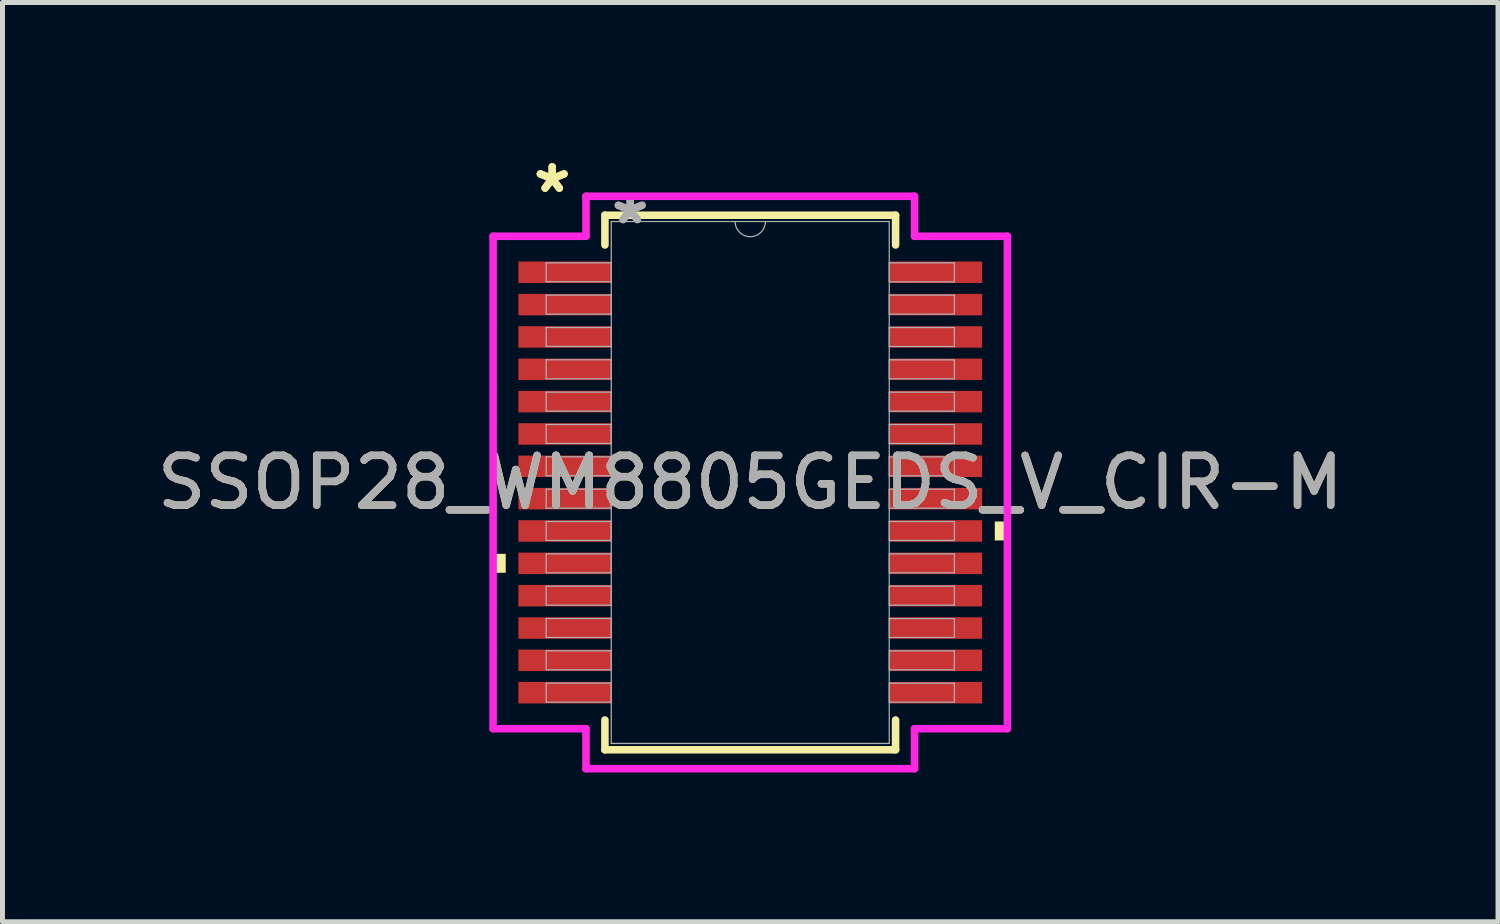
<source format=kicad_pcb>
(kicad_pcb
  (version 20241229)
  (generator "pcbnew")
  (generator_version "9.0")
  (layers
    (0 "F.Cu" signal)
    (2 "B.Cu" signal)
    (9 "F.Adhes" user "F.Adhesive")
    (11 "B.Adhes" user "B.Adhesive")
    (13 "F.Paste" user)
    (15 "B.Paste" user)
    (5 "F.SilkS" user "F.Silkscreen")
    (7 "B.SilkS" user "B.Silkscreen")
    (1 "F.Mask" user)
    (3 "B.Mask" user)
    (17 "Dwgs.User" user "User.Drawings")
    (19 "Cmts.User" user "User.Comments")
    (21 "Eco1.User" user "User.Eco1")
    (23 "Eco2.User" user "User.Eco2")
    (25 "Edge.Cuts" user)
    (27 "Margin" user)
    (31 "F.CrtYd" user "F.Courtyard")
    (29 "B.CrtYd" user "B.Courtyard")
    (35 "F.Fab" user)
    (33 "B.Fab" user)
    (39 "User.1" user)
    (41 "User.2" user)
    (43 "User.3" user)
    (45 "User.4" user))
  (footprint "SSOP28_WM8805GEDS_V_CIR-M"
    (layer "F.Cu")
    (at 12.03 6.648)
    (property "Reference" "SSOP28_WM8805GEDS_V_CIR-M" (at 0 0 0) (unlocked yes) (layer "F.SilkS") (effects (font (size 1 1) (thickness 0.15))))
    (attr smd)
    (fp_line (start -2.921 -5.372) (end -2.921 -4.774) (stroke (width 0.152) (type solid)) (layer "F.SilkS"))
    (fp_line (start -2.921 4.774) (end -2.921 5.372) (stroke (width 0.152) (type solid)) (layer "F.SilkS"))
    (fp_line (start -2.921 5.372) (end 2.921 5.372) (stroke (width 0.152) (type solid)) (layer "F.SilkS"))
    (fp_line (start 2.921 -5.372) (end -2.921 -5.372) (stroke (width 0.152) (type solid)) (layer "F.SilkS"))
    (fp_line (start 2.921 -4.774) (end 2.921 -5.372) (stroke (width 0.152) (type solid)) (layer "F.SilkS"))
    (fp_line (start 2.921 5.372) (end 2.921 4.774) (stroke (width 0.152) (type solid)) (layer "F.SilkS"))
    (fp_poly (pts (xy -5.169 1.434) (xy -5.169 1.815) (xy -4.915 1.815) (xy -4.915 1.434)) (stroke (width 0) (type solid)) (fill yes) (layer "F.SilkS"))
    (fp_poly (pts (xy 5.169 0.784) (xy 5.169 1.165) (xy 4.915 1.165) (xy 4.915 0.784)) (stroke (width 0) (type solid)) (fill yes) (layer "F.SilkS"))
    (fp_line (start -5.169 -4.949) (end -3.302 -4.949) (stroke (width 0.152) (type solid)) (layer "F.CrtYd"))
    (fp_line (start -5.169 4.949) (end -5.169 -4.949) (stroke (width 0.152) (type solid)) (layer "F.CrtYd"))
    (fp_line (start -5.169 4.949) (end -3.302 4.949) (stroke (width 0.152) (type solid)) (layer "F.CrtYd"))
    (fp_line (start -3.302 -5.753) (end 3.302 -5.753) (stroke (width 0.152) (type solid)) (layer "F.CrtYd"))
    (fp_line (start -3.302 -4.949) (end -3.302 -5.753) (stroke (width 0.152) (type solid)) (layer "F.CrtYd"))
    (fp_line (start -3.302 5.753) (end -3.302 4.949) (stroke (width 0.152) (type solid)) (layer "F.CrtYd"))
    (fp_line (start 3.302 -5.753) (end 3.302 -4.949) (stroke (width 0.152) (type solid)) (layer "F.CrtYd"))
    (fp_line (start 3.302 4.949) (end 3.302 5.753) (stroke (width 0.152) (type solid)) (layer "F.CrtYd"))
    (fp_line (start 3.302 5.753) (end -3.302 5.753) (stroke (width 0.152) (type solid)) (layer "F.CrtYd"))
    (fp_line (start 5.169 -4.949) (end 3.302 -4.949) (stroke (width 0.152) (type solid)) (layer "F.CrtYd"))
    (fp_line (start 5.169 -4.949) (end 5.169 4.949) (stroke (width 0.152) (type solid)) (layer "F.CrtYd"))
    (fp_line (start 5.169 4.949) (end 3.302 4.949) (stroke (width 0.152) (type solid)) (layer "F.CrtYd"))
    (fp_line (start -4.102 -4.415) (end -4.102 -4.035) (stroke (width 0.025) (type solid)) (layer "F.Fab"))
    (fp_line (start -4.102 -4.035) (end -2.794 -4.035) (stroke (width 0.025) (type solid)) (layer "F.Fab"))
    (fp_line (start -4.102 -3.765) (end -4.102 -3.385) (stroke (width 0.025) (type solid)) (layer "F.Fab"))
    (fp_line (start -4.102 -3.385) (end -2.794 -3.385) (stroke (width 0.025) (type solid)) (layer "F.Fab"))
    (fp_line (start -4.102 -3.115) (end -4.102 -2.735) (stroke (width 0.025) (type solid)) (layer "F.Fab"))
    (fp_line (start -4.102 -2.735) (end -2.794 -2.735) (stroke (width 0.025) (type solid)) (layer "F.Fab"))
    (fp_line (start -4.102 -2.466) (end -4.102 -2.084) (stroke (width 0.025) (type solid)) (layer "F.Fab"))
    (fp_line (start -4.102 -2.084) (end -2.794 -2.084) (stroke (width 0.025) (type solid)) (layer "F.Fab"))
    (fp_line (start -4.102 -1.816) (end -4.102 -1.435) (stroke (width 0.025) (type solid)) (layer "F.Fab"))
    (fp_line (start -4.102 -1.435) (end -2.794 -1.435) (stroke (width 0.025) (type solid)) (layer "F.Fab"))
    (fp_line (start -4.102 -1.166) (end -4.102 -0.785) (stroke (width 0.025) (type solid)) (layer "F.Fab"))
    (fp_line (start -4.102 -0.785) (end -2.794 -0.785) (stroke (width 0.025) (type solid)) (layer "F.Fab"))
    (fp_line (start -4.102 -0.516) (end -4.102 -0.135) (stroke (width 0.025) (type solid)) (layer "F.Fab"))
    (fp_line (start -4.102 -0.135) (end -2.794 -0.135) (stroke (width 0.025) (type solid)) (layer "F.Fab"))
    (fp_line (start -4.102 0.134) (end -4.102 0.515) (stroke (width 0.025) (type solid)) (layer "F.Fab"))
    (fp_line (start -4.102 0.515) (end -2.794 0.515) (stroke (width 0.025) (type solid)) (layer "F.Fab"))
    (fp_line (start -4.102 0.784) (end -4.102 1.165) (stroke (width 0.025) (type solid)) (layer "F.Fab"))
    (fp_line (start -4.102 1.165) (end -2.794 1.165) (stroke (width 0.025) (type solid)) (layer "F.Fab"))
    (fp_line (start -4.102 1.434) (end -4.102 1.815) (stroke (width 0.025) (type solid)) (layer "F.Fab"))
    (fp_line (start -4.102 1.815) (end -2.794 1.815) (stroke (width 0.025) (type solid)) (layer "F.Fab"))
    (fp_line (start -4.102 2.084) (end -4.102 2.465) (stroke (width 0.025) (type solid)) (layer "F.Fab"))
    (fp_line (start -4.102 2.465) (end -2.794 2.465) (stroke (width 0.025) (type solid)) (layer "F.Fab"))
    (fp_line (start -4.102 2.734) (end -4.102 3.115) (stroke (width 0.025) (type solid)) (layer "F.Fab"))
    (fp_line (start -4.102 3.115) (end -2.794 3.115) (stroke (width 0.025) (type solid)) (layer "F.Fab"))
    (fp_line (start -4.102 3.384) (end -4.102 3.765) (stroke (width 0.025) (type solid)) (layer "F.Fab"))
    (fp_line (start -4.102 3.765) (end -2.794 3.765) (stroke (width 0.025) (type solid)) (layer "F.Fab"))
    (fp_line (start -4.102 4.034) (end -4.102 4.415) (stroke (width 0.025) (type solid)) (layer "F.Fab"))
    (fp_line (start -4.102 4.415) (end -2.794 4.415) (stroke (width 0.025) (type solid)) (layer "F.Fab"))
    (fp_line (start -2.794 -5.245) (end -2.794 5.245) (stroke (width 0.025) (type solid)) (layer "F.Fab"))
    (fp_line (start -2.794 -4.415) (end -4.102 -4.415) (stroke (width 0.025) (type solid)) (layer "F.Fab"))
    (fp_line (start -2.794 -4.035) (end -2.794 -4.415) (stroke (width 0.025) (type solid)) (layer "F.Fab"))
    (fp_line (start -2.794 -3.765) (end -4.102 -3.765) (stroke (width 0.025) (type solid)) (layer "F.Fab"))
    (fp_line (start -2.794 -3.385) (end -2.794 -3.765) (stroke (width 0.025) (type solid)) (layer "F.Fab"))
    (fp_line (start -2.794 -3.115) (end -4.102 -3.115) (stroke (width 0.025) (type solid)) (layer "F.Fab"))
    (fp_line (start -2.794 -2.735) (end -2.794 -3.115) (stroke (width 0.025) (type solid)) (layer "F.Fab"))
    (fp_line (start -2.794 -2.466) (end -4.102 -2.466) (stroke (width 0.025) (type solid)) (layer "F.Fab"))
    (fp_line (start -2.794 -2.084) (end -2.794 -2.466) (stroke (width 0.025) (type solid)) (layer "F.Fab"))
    (fp_line (start -2.794 -1.816) (end -4.102 -1.816) (stroke (width 0.025) (type solid)) (layer "F.Fab"))
    (fp_line (start -2.794 -1.435) (end -2.794 -1.816) (stroke (width 0.025) (type solid)) (layer "F.Fab"))
    (fp_line (start -2.794 -1.166) (end -4.102 -1.166) (stroke (width 0.025) (type solid)) (layer "F.Fab"))
    (fp_line (start -2.794 -0.785) (end -2.794 -1.166) (stroke (width 0.025) (type solid)) (layer "F.Fab"))
    (fp_line (start -2.794 -0.516) (end -4.102 -0.516) (stroke (width 0.025) (type solid)) (layer "F.Fab"))
    (fp_line (start -2.794 -0.135) (end -2.794 -0.516) (stroke (width 0.025) (type solid)) (layer "F.Fab"))
    (fp_line (start -2.794 0.134) (end -4.102 0.134) (stroke (width 0.025) (type solid)) (layer "F.Fab"))
    (fp_line (start -2.794 0.515) (end -2.794 0.134) (stroke (width 0.025) (type solid)) (layer "F.Fab"))
    (fp_line (start -2.794 0.784) (end -4.102 0.784) (stroke (width 0.025) (type solid)) (layer "F.Fab"))
    (fp_line (start -2.794 1.165) (end -2.794 0.784) (stroke (width 0.025) (type solid)) (layer "F.Fab"))
    (fp_line (start -2.794 1.434) (end -4.102 1.434) (stroke (width 0.025) (type solid)) (layer "F.Fab"))
    (fp_line (start -2.794 1.815) (end -2.794 1.434) (stroke (width 0.025) (type solid)) (layer "F.Fab"))
    (fp_line (start -2.794 2.084) (end -4.102 2.084) (stroke (width 0.025) (type solid)) (layer "F.Fab"))
    (fp_line (start -2.794 2.465) (end -2.794 2.084) (stroke (width 0.025) (type solid)) (layer "F.Fab"))
    (fp_line (start -2.794 2.734) (end -4.102 2.734) (stroke (width 0.025) (type solid)) (layer "F.Fab"))
    (fp_line (start -2.794 3.115) (end -2.794 2.734) (stroke (width 0.025) (type solid)) (layer "F.Fab"))
    (fp_line (start -2.794 3.384) (end -4.102 3.384) (stroke (width 0.025) (type solid)) (layer "F.Fab"))
    (fp_line (start -2.794 3.765) (end -2.794 3.384) (stroke (width 0.025) (type solid)) (layer "F.Fab"))
    (fp_line (start -2.794 4.034) (end -4.102 4.034) (stroke (width 0.025) (type solid)) (layer "F.Fab"))
    (fp_line (start -2.794 4.415) (end -2.794 4.034) (stroke (width 0.025) (type solid)) (layer "F.Fab"))
    (fp_line (start -2.794 5.245) (end 2.794 5.245) (stroke (width 0.025) (type solid)) (layer "F.Fab"))
    (fp_line (start 2.794 -5.245) (end -2.794 -5.245) (stroke (width 0.025) (type solid)) (layer "F.Fab"))
    (fp_line (start 2.794 -4.415) (end 2.794 -4.034) (stroke (width 0.025) (type solid)) (layer "F.Fab"))
    (fp_line (start 2.794 -4.034) (end 4.102 -4.034) (stroke (width 0.025) (type solid)) (layer "F.Fab"))
    (fp_line (start 2.794 -3.765) (end 2.794 -3.384) (stroke (width 0.025) (type solid)) (layer "F.Fab"))
    (fp_line (start 2.794 -3.384) (end 4.102 -3.384) (stroke (width 0.025) (type solid)) (layer "F.Fab"))
    (fp_line (start 2.794 -3.115) (end 2.794 -2.734) (stroke (width 0.025) (type solid)) (layer "F.Fab"))
    (fp_line (start 2.794 -2.734) (end 4.102 -2.734) (stroke (width 0.025) (type solid)) (layer "F.Fab"))
    (fp_line (start 2.794 -2.465) (end 2.794 -2.084) (stroke (width 0.025) (type solid)) (layer "F.Fab"))
    (fp_line (start 2.794 -2.084) (end 4.102 -2.084) (stroke (width 0.025) (type solid)) (layer "F.Fab"))
    (fp_line (start 2.794 -1.815) (end 2.794 -1.434) (stroke (width 0.025) (type solid)) (layer "F.Fab"))
    (fp_line (start 2.794 -1.434) (end 4.102 -1.434) (stroke (width 0.025) (type solid)) (layer "F.Fab"))
    (fp_line (start 2.794 -1.165) (end 2.794 -0.784) (stroke (width 0.025) (type solid)) (layer "F.Fab"))
    (fp_line (start 2.794 -0.784) (end 4.102 -0.784) (stroke (width 0.025) (type solid)) (layer "F.Fab"))
    (fp_line (start 2.794 -0.515) (end 2.794 -0.134) (stroke (width 0.025) (type solid)) (layer "F.Fab"))
    (fp_line (start 2.794 -0.134) (end 4.102 -0.134) (stroke (width 0.025) (type solid)) (layer "F.Fab"))
    (fp_line (start 2.794 0.135) (end 2.794 0.516) (stroke (width 0.025) (type solid)) (layer "F.Fab"))
    (fp_line (start 2.794 0.516) (end 4.102 0.516) (stroke (width 0.025) (type solid)) (layer "F.Fab"))
    (fp_line (start 2.794 0.784) (end 2.794 1.165) (stroke (width 0.025) (type solid)) (layer "F.Fab"))
    (fp_line (start 2.794 1.165) (end 4.102 1.165) (stroke (width 0.025) (type solid)) (layer "F.Fab"))
    (fp_line (start 2.794 1.435) (end 2.794 1.815) (stroke (width 0.025) (type solid)) (layer "F.Fab"))
    (fp_line (start 2.794 1.815) (end 4.102 1.815) (stroke (width 0.025) (type solid)) (layer "F.Fab"))
    (fp_line (start 2.794 2.084) (end 2.794 2.466) (stroke (width 0.025) (type solid)) (layer "F.Fab"))
    (fp_line (start 2.794 2.466) (end 4.102 2.466) (stroke (width 0.025) (type solid)) (layer "F.Fab"))
    (fp_line (start 2.794 2.735) (end 2.794 3.115) (stroke (width 0.025) (type solid)) (layer "F.Fab"))
    (fp_line (start 2.794 3.115) (end 4.102 3.115) (stroke (width 0.025) (type solid)) (layer "F.Fab"))
    (fp_line (start 2.794 3.385) (end 2.794 3.765) (stroke (width 0.025) (type solid)) (layer "F.Fab"))
    (fp_line (start 2.794 3.765) (end 4.102 3.765) (stroke (width 0.025) (type solid)) (layer "F.Fab"))
    (fp_line (start 2.794 4.035) (end 2.794 4.415) (stroke (width 0.025) (type solid)) (layer "F.Fab"))
    (fp_line (start 2.794 4.415) (end 4.102 4.415) (stroke (width 0.025) (type solid)) (layer "F.Fab"))
    (fp_line (start 2.794 5.245) (end 2.794 -5.245) (stroke (width 0.025) (type solid)) (layer "F.Fab"))
    (fp_line (start 4.102 -4.415) (end 2.794 -4.415) (stroke (width 0.025) (type solid)) (layer "F.Fab"))
    (fp_line (start 4.102 -4.034) (end 4.102 -4.415) (stroke (width 0.025) (type solid)) (layer "F.Fab"))
    (fp_line (start 4.102 -3.765) (end 2.794 -3.765) (stroke (width 0.025) (type solid)) (layer "F.Fab"))
    (fp_line (start 4.102 -3.384) (end 4.102 -3.765) (stroke (width 0.025) (type solid)) (layer "F.Fab"))
    (fp_line (start 4.102 -3.115) (end 2.794 -3.115) (stroke (width 0.025) (type solid)) (layer "F.Fab"))
    (fp_line (start 4.102 -2.734) (end 4.102 -3.115) (stroke (width 0.025) (type solid)) (layer "F.Fab"))
    (fp_line (start 4.102 -2.465) (end 2.794 -2.465) (stroke (width 0.025) (type solid)) (layer "F.Fab"))
    (fp_line (start 4.102 -2.084) (end 4.102 -2.465) (stroke (width 0.025) (type solid)) (layer "F.Fab"))
    (fp_line (start 4.102 -1.815) (end 2.794 -1.815) (stroke (width 0.025) (type solid)) (layer "F.Fab"))
    (fp_line (start 4.102 -1.434) (end 4.102 -1.815) (stroke (width 0.025) (type solid)) (layer "F.Fab"))
    (fp_line (start 4.102 -1.165) (end 2.794 -1.165) (stroke (width 0.025) (type solid)) (layer "F.Fab"))
    (fp_line (start 4.102 -0.784) (end 4.102 -1.165) (stroke (width 0.025) (type solid)) (layer "F.Fab"))
    (fp_line (start 4.102 -0.515) (end 2.794 -0.515) (stroke (width 0.025) (type solid)) (layer "F.Fab"))
    (fp_line (start 4.102 -0.134) (end 4.102 -0.515) (stroke (width 0.025) (type solid)) (layer "F.Fab"))
    (fp_line (start 4.102 0.135) (end 2.794 0.135) (stroke (width 0.025) (type solid)) (layer "F.Fab"))
    (fp_line (start 4.102 0.516) (end 4.102 0.135) (stroke (width 0.025) (type solid)) (layer "F.Fab"))
    (fp_line (start 4.102 0.784) (end 2.794 0.784) (stroke (width 0.025) (type solid)) (layer "F.Fab"))
    (fp_line (start 4.102 1.165) (end 4.102 0.784) (stroke (width 0.025) (type solid)) (layer "F.Fab"))
    (fp_line (start 4.102 1.435) (end 2.794 1.435) (stroke (width 0.025) (type solid)) (layer "F.Fab"))
    (fp_line (start 4.102 1.815) (end 4.102 1.435) (stroke (width 0.025) (type solid)) (layer "F.Fab"))
    (fp_line (start 4.102 2.084) (end 2.794 2.084) (stroke (width 0.025) (type solid)) (layer "F.Fab"))
    (fp_line (start 4.102 2.466) (end 4.102 2.084) (stroke (width 0.025) (type solid)) (layer "F.Fab"))
    (fp_line (start 4.102 2.735) (end 2.794 2.735) (stroke (width 0.025) (type solid)) (layer "F.Fab"))
    (fp_line (start 4.102 3.115) (end 4.102 2.735) (stroke (width 0.025) (type solid)) (layer "F.Fab"))
    (fp_line (start 4.102 3.385) (end 2.794 3.385) (stroke (width 0.025) (type solid)) (layer "F.Fab"))
    (fp_line (start 4.102 3.765) (end 4.102 3.385) (stroke (width 0.025) (type solid)) (layer "F.Fab"))
    (fp_line (start 4.102 4.035) (end 2.794 4.035) (stroke (width 0.025) (type solid)) (layer "F.Fab"))
    (fp_line (start 4.102 4.415) (end 4.102 4.035) (stroke (width 0.025) (type solid)) (layer "F.Fab"))
    (fp_arc (start 0.3048 -5.2451) (mid 0 -4.9403) (end -0.3048 -5.2451) (stroke (width 0.0254) (type solid)) (layer "F.Fab"))
    (fp_text user "*" (at -3.981 -5.8 0) (layer "F.SilkS") (effects (font (size 1 1) (thickness 0.15))))
    (fp_text user "*" (at -3.981 -5.8 0) (unlocked yes) (layer "F.SilkS") (effects (font (size 1 1) (thickness 0.15))))
    (fp_text user "*" (at -2.413 -5.169 0) (layer "F.Fab") (effects (font (size 1 1) (thickness 0.15))))
    (fp_text user "*" (at -2.413 -5.169 0) (unlocked yes) (layer "F.Fab") (effects (font (size 1 1) (thickness 0.15))))
    (fp_text user "${REFERENCE}" (at 0 0 0) (unlocked yes) (layer "F.Fab") (effects (font (size 1 1) (thickness 0.15))))
    (pad "1" smd rect (at -3.727 -4.225) (size 1.867 0.432) (layers "F.Cu" "F.Mask" "F.Paste"))
    (pad "2" smd rect (at -3.727 -3.575) (size 1.867 0.432) (layers "F.Cu" "F.Mask" "F.Paste"))
    (pad "3" smd rect (at -3.727 -2.925) (size 1.867 0.432) (layers "F.Cu" "F.Mask" "F.Paste"))
    (pad "4" smd rect (at -3.727 -2.275) (size 1.867 0.432) (layers "F.Cu" "F.Mask" "F.Paste"))
    (pad "5" smd rect (at -3.727 -1.625) (size 1.867 0.432) (layers "F.Cu" "F.Mask" "F.Paste"))
    (pad "6" smd rect (at -3.727 -0.975) (size 1.867 0.432) (layers "F.Cu" "F.Mask" "F.Paste"))
    (pad "7" smd rect (at -3.727 -0.325) (size 1.867 0.432) (layers "F.Cu" "F.Mask" "F.Paste"))
    (pad "8" smd rect (at -3.727 0.325) (size 1.867 0.432) (layers "F.Cu" "F.Mask" "F.Paste"))
    (pad "9" smd rect (at -3.727 0.975) (size 1.867 0.432) (layers "F.Cu" "F.Mask" "F.Paste"))
    (pad "10" smd rect (at -3.727 1.625) (size 1.867 0.432) (layers "F.Cu" "F.Mask" "F.Paste"))
    (pad "11" smd rect (at -3.727 2.275) (size 1.867 0.432) (layers "F.Cu" "F.Mask" "F.Paste"))
    (pad "12" smd rect (at -3.727 2.925) (size 1.867 0.432) (layers "F.Cu" "F.Mask" "F.Paste"))
    (pad "13" smd rect (at -3.727 3.575) (size 1.867 0.432) (layers "F.Cu" "F.Mask" "F.Paste"))
    (pad "14" smd rect (at -3.727 4.225) (size 1.867 0.432) (layers "F.Cu" "F.Mask" "F.Paste"))
    (pad "15" smd rect (at 3.727 4.225) (size 1.867 0.432) (layers "F.Cu" "F.Mask" "F.Paste"))
    (pad "16" smd rect (at 3.727 3.575) (size 1.867 0.432) (layers "F.Cu" "F.Mask" "F.Paste"))
    (pad "17" smd rect (at 3.727 2.925) (size 1.867 0.432) (layers "F.Cu" "F.Mask" "F.Paste"))
    (pad "18" smd rect (at 3.727 2.275) (size 1.867 0.432) (layers "F.Cu" "F.Mask" "F.Paste"))
    (pad "19" smd rect (at 3.727 1.625) (size 1.867 0.432) (layers "F.Cu" "F.Mask" "F.Paste"))
    (pad "20" smd rect (at 3.727 0.975) (size 1.867 0.432) (layers "F.Cu" "F.Mask" "F.Paste"))
    (pad "21" smd rect (at 3.727 0.325) (size 1.867 0.432) (layers "F.Cu" "F.Mask" "F.Paste"))
    (pad "22" smd rect (at 3.727 -0.325) (size 1.867 0.432) (layers "F.Cu" "F.Mask" "F.Paste"))
    (pad "23" smd rect (at 3.727 -0.975) (size 1.867 0.432) (layers "F.Cu" "F.Mask" "F.Paste"))
    (pad "24" smd rect (at 3.727 -1.625) (size 1.867 0.432) (layers "F.Cu" "F.Mask" "F.Paste"))
    (pad "25" smd rect (at 3.727 -2.275) (size 1.867 0.432) (layers "F.Cu" "F.Mask" "F.Paste"))
    (pad "26" smd rect (at 3.727 -2.925) (size 1.867 0.432) (layers "F.Cu" "F.Mask" "F.Paste"))
    (pad "27" smd rect (at 3.727 -3.575) (size 1.867 0.432) (layers "F.Cu" "F.Mask" "F.Paste"))
    (pad "28" smd rect (at 3.727 -4.225) (size 1.867 0.432) (layers "F.Cu" "F.Mask" "F.Paste")))
  (gr_rect
    (start -3 -3)
    (end 27.06 15.477)
    (stroke (width 0.1) (type default))
    (fill no)
    (layer "Edge.Cuts")))
</source>
